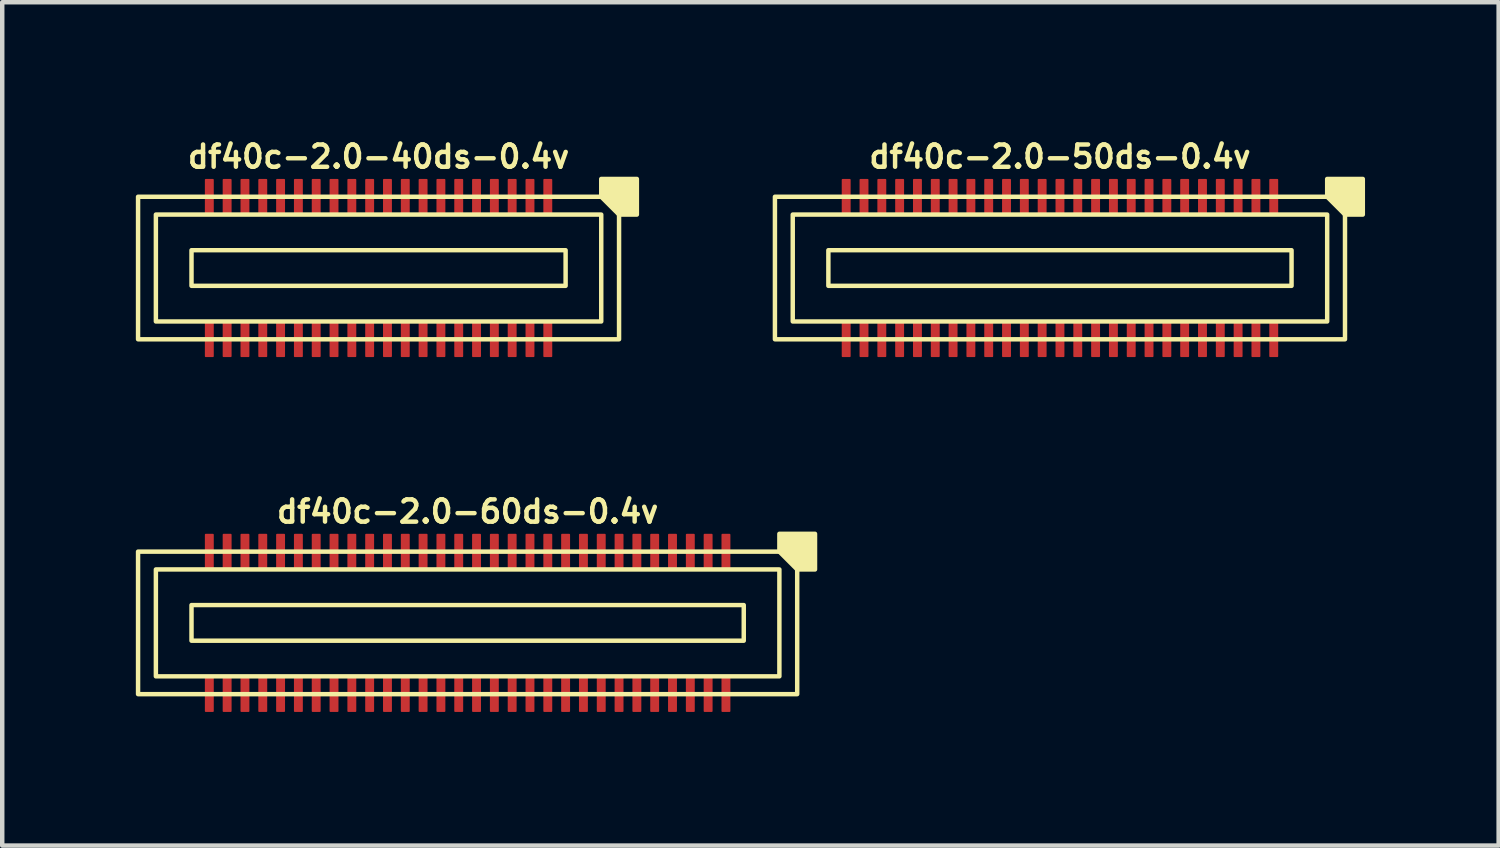
<source format=kicad_pcb>
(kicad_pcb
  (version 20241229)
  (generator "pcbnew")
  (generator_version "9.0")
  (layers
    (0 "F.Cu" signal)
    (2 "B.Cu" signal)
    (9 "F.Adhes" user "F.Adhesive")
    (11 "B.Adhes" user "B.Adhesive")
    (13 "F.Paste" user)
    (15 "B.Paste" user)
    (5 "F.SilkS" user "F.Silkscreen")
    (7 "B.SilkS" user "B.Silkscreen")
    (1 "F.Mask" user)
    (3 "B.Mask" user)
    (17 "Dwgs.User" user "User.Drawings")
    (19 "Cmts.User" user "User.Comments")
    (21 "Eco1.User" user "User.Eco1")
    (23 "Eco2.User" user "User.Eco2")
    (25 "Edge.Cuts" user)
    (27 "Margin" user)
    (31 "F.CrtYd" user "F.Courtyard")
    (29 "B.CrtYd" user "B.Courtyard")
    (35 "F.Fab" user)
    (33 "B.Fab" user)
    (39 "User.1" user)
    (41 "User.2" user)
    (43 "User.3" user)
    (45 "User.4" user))
  (footprint "df40c-2.0-40ds-0.4v"
    (layer "F.Cu")
    (at 5.45 2.968)
    (property "Reference" "df40c-2.0-40ds-0.4v" (at 0 -2.5 180) (layer "F.SilkS") (effects (font (size 0.5 0.5) (thickness 0.1))))
    (attr smd)
    (fp_rect (start -4.2 -0.4) (end 4.2 0.4) (stroke (width 0.1) (type default)) (fill no) (layer "F.SilkS"))
    (fp_rect (start 5 -1.2) (end -5 1.2) (stroke (width 0.1) (type default)) (fill no) (layer "F.SilkS"))
    (fp_rect (start 5.4 -1.6) (end -5.4 1.6) (stroke (width 0.1) (type default)) (fill no) (layer "F.SilkS"))
    (fp_poly (pts (xy 5 -1.6) (xy 5 -2) (xy 5.8 -2) (xy 5.8 -1.2) (xy 5.4 -1.2)) (stroke (width 0.1) (type solid)) (fill yes) (layer "F.SilkS"))
    (fp_poly (pts (xy -3.9 -1.2) (xy 3.9 -1.2) (xy 3.9 -0.7) (xy -3.9 -0.7)) (stroke (width 0.001) (type solid)) (fill no) (layer "Dwgs.User"))
    (fp_poly (pts (xy -3.9 0.7) (xy 3.9 0.7) (xy 3.9 1.2) (xy -3.9 1.2)) (stroke (width 0.001) (type solid)) (fill no) (layer "Dwgs.User"))
    (pad "1" smd roundrect (at 3.8 -1.6) (size 0.2 0.8) (layers "F.Cu" "F.Mask" "F.Paste") (roundrect_rratio 0.1))
    (pad "2" smd roundrect (at 3.8 1.6) (size 0.2 0.8) (layers "F.Cu" "F.Mask" "F.Paste") (roundrect_rratio 0.1))
    (pad "3" smd roundrect (at 3.4 -1.6) (size 0.2 0.8) (layers "F.Cu" "F.Mask" "F.Paste") (roundrect_rratio 0.1))
    (pad "4" smd roundrect (at 3.4 1.6) (size 0.2 0.8) (layers "F.Cu" "F.Mask" "F.Paste") (roundrect_rratio 0.1))
    (pad "5" smd roundrect (at 3 -1.6) (size 0.2 0.8) (layers "F.Cu" "F.Mask" "F.Paste") (roundrect_rratio 0.1))
    (pad "6" smd roundrect (at 3 1.6) (size 0.2 0.8) (layers "F.Cu" "F.Mask" "F.Paste") (roundrect_rratio 0.1))
    (pad "7" smd roundrect (at 2.6 -1.6) (size 0.2 0.8) (layers "F.Cu" "F.Mask" "F.Paste") (roundrect_rratio 0.1))
    (pad "8" smd roundrect (at 2.6 1.6) (size 0.2 0.8) (layers "F.Cu" "F.Mask" "F.Paste") (roundrect_rratio 0.1))
    (pad "9" smd roundrect (at 2.2 -1.6) (size 0.2 0.8) (layers "F.Cu" "F.Mask" "F.Paste") (roundrect_rratio 0.1))
    (pad "10" smd roundrect (at 2.2 1.6) (size 0.2 0.8) (layers "F.Cu" "F.Mask" "F.Paste") (roundrect_rratio 0.1))
    (pad "11" smd roundrect (at 1.8 -1.6) (size 0.2 0.8) (layers "F.Cu" "F.Mask" "F.Paste") (roundrect_rratio 0.1))
    (pad "12" smd roundrect (at 1.8 1.6) (size 0.2 0.8) (layers "F.Cu" "F.Mask" "F.Paste") (roundrect_rratio 0.1))
    (pad "13" smd roundrect (at 1.4 -1.6) (size 0.2 0.8) (layers "F.Cu" "F.Mask" "F.Paste") (roundrect_rratio 0.1))
    (pad "14" smd roundrect (at 1.4 1.6) (size 0.2 0.8) (layers "F.Cu" "F.Mask" "F.Paste") (roundrect_rratio 0.1))
    (pad "15" smd roundrect (at 1 -1.6) (size 0.2 0.8) (layers "F.Cu" "F.Mask" "F.Paste") (roundrect_rratio 0.1))
    (pad "16" smd roundrect (at 1 1.6) (size 0.2 0.8) (layers "F.Cu" "F.Mask" "F.Paste") (roundrect_rratio 0.1))
    (pad "17" smd roundrect (at 0.6 -1.6) (size 0.2 0.8) (layers "F.Cu" "F.Mask" "F.Paste") (roundrect_rratio 0.1))
    (pad "18" smd roundrect (at 0.6 1.6) (size 0.2 0.8) (layers "F.Cu" "F.Mask" "F.Paste") (roundrect_rratio 0.1))
    (pad "19" smd roundrect (at 0.2 -1.6) (size 0.2 0.8) (layers "F.Cu" "F.Mask" "F.Paste") (roundrect_rratio 0.1))
    (pad "20" smd roundrect (at 0.2 1.6) (size 0.2 0.8) (layers "F.Cu" "F.Mask" "F.Paste") (roundrect_rratio 0.1))
    (pad "21" smd roundrect (at -0.2 -1.6) (size 0.2 0.8) (layers "F.Cu" "F.Mask" "F.Paste") (roundrect_rratio 0.1))
    (pad "22" smd roundrect (at -0.2 1.6) (size 0.2 0.8) (layers "F.Cu" "F.Mask" "F.Paste") (roundrect_rratio 0.1))
    (pad "23" smd roundrect (at -0.6 -1.6) (size 0.2 0.8) (layers "F.Cu" "F.Mask" "F.Paste") (roundrect_rratio 0.1))
    (pad "24" smd roundrect (at -0.6 1.6) (size 0.2 0.8) (layers "F.Cu" "F.Mask" "F.Paste") (roundrect_rratio 0.1))
    (pad "25" smd roundrect (at -1 -1.6) (size 0.2 0.8) (layers "F.Cu" "F.Mask" "F.Paste") (roundrect_rratio 0.1))
    (pad "26" smd roundrect (at -1 1.6) (size 0.2 0.8) (layers "F.Cu" "F.Mask" "F.Paste") (roundrect_rratio 0.1))
    (pad "27" smd roundrect (at -1.4 -1.6) (size 0.2 0.8) (layers "F.Cu" "F.Mask" "F.Paste") (roundrect_rratio 0.1))
    (pad "28" smd roundrect (at -1.4 1.6) (size 0.2 0.8) (layers "F.Cu" "F.Mask" "F.Paste") (roundrect_rratio 0.1))
    (pad "29" smd roundrect (at -1.8 -1.6) (size 0.2 0.8) (layers "F.Cu" "F.Mask" "F.Paste") (roundrect_rratio 0.1))
    (pad "30" smd roundrect (at -1.8 1.6) (size 0.2 0.8) (layers "F.Cu" "F.Mask" "F.Paste") (roundrect_rratio 0.1))
    (pad "31" smd roundrect (at -2.2 -1.6) (size 0.2 0.8) (layers "F.Cu" "F.Mask" "F.Paste") (roundrect_rratio 0.1))
    (pad "32" smd roundrect (at -2.2 1.6) (size 0.2 0.8) (layers "F.Cu" "F.Mask" "F.Paste") (roundrect_rratio 0.1))
    (pad "33" smd roundrect (at -2.6 -1.6) (size 0.2 0.8) (layers "F.Cu" "F.Mask" "F.Paste") (roundrect_rratio 0.1))
    (pad "34" smd roundrect (at -2.6 1.6) (size 0.2 0.8) (layers "F.Cu" "F.Mask" "F.Paste") (roundrect_rratio 0.1))
    (pad "35" smd roundrect (at -3 -1.6) (size 0.2 0.8) (layers "F.Cu" "F.Mask" "F.Paste") (roundrect_rratio 0.1))
    (pad "36" smd roundrect (at -3 1.6) (size 0.2 0.8) (layers "F.Cu" "F.Mask" "F.Paste") (roundrect_rratio 0.1))
    (pad "37" smd roundrect (at -3.4 -1.6) (size 0.2 0.8) (layers "F.Cu" "F.Mask" "F.Paste") (roundrect_rratio 0.1))
    (pad "38" smd roundrect (at -3.4 1.6) (size 0.2 0.8) (layers "F.Cu" "F.Mask" "F.Paste") (roundrect_rratio 0.1))
    (pad "39" smd roundrect (at -3.8 -1.6) (size 0.2 0.8) (layers "F.Cu" "F.Mask" "F.Paste") (roundrect_rratio 0.1))
    (pad "40" smd roundrect (at -3.8 1.6) (size 0.2 0.8) (layers "F.Cu" "F.Mask" "F.Paste") (roundrect_rratio 0.1)))
  (footprint "df40c-2.0-60ds-0.4v"
    (layer "F.Cu")
    (at 7.45 10.936)
    (property "Reference" "df40c-2.0-60ds-0.4v" (at 0 -2.5 180) (layer "F.SilkS") (effects (font (size 0.5 0.5) (thickness 0.1))))
    (attr smd)
    (fp_rect (start -6.2 -0.4) (end 6.2 0.4) (stroke (width 0.1) (type default)) (fill no) (layer "F.SilkS"))
    (fp_rect (start 7 -1.2) (end -7 1.2) (stroke (width 0.1) (type default)) (fill no) (layer "F.SilkS"))
    (fp_rect (start 7.4 -1.6) (end -7.4 1.6) (stroke (width 0.1) (type default)) (fill no) (layer "F.SilkS"))
    (fp_poly (pts (xy 7 -1.6) (xy 7 -2) (xy 7.8 -2) (xy 7.8 -1.2) (xy 7.4 -1.2)) (stroke (width 0.1) (type solid)) (fill yes) (layer "F.SilkS"))
    (fp_poly (pts (xy -5.9 -1.2) (xy 5.9 -1.2) (xy 5.9 -0.7) (xy -5.9 -0.7)) (stroke (width 0.001) (type solid)) (fill no) (layer "Dwgs.User"))
    (fp_poly (pts (xy -5.9 0.7) (xy 5.9 0.7) (xy 5.9 1.2) (xy -5.9 1.2)) (stroke (width 0.001) (type solid)) (fill no) (layer "Dwgs.User"))
    (pad "1" smd roundrect (at 5.8 -1.6) (size 0.2 0.8) (layers "F.Cu" "F.Mask" "F.Paste") (roundrect_rratio 0.1))
    (pad "2" smd roundrect (at 5.8 1.6) (size 0.2 0.8) (layers "F.Cu" "F.Mask" "F.Paste") (roundrect_rratio 0.1))
    (pad "3" smd roundrect (at 5.4 -1.6) (size 0.2 0.8) (layers "F.Cu" "F.Mask" "F.Paste") (roundrect_rratio 0.1))
    (pad "4" smd roundrect (at 5.4 1.6) (size 0.2 0.8) (layers "F.Cu" "F.Mask" "F.Paste") (roundrect_rratio 0.1))
    (pad "5" smd roundrect (at 5 -1.6) (size 0.2 0.8) (layers "F.Cu" "F.Mask" "F.Paste") (roundrect_rratio 0.1))
    (pad "6" smd roundrect (at 5 1.6) (size 0.2 0.8) (layers "F.Cu" "F.Mask" "F.Paste") (roundrect_rratio 0.1))
    (pad "7" smd roundrect (at 4.6 -1.6) (size 0.2 0.8) (layers "F.Cu" "F.Mask" "F.Paste") (roundrect_rratio 0.1))
    (pad "8" smd roundrect (at 4.6 1.6) (size 0.2 0.8) (layers "F.Cu" "F.Mask" "F.Paste") (roundrect_rratio 0.1))
    (pad "9" smd roundrect (at 4.2 -1.6) (size 0.2 0.8) (layers "F.Cu" "F.Mask" "F.Paste") (roundrect_rratio 0.1))
    (pad "10" smd roundrect (at 4.2 1.6) (size 0.2 0.8) (layers "F.Cu" "F.Mask" "F.Paste") (roundrect_rratio 0.1))
    (pad "11" smd roundrect (at 3.8 -1.6) (size 0.2 0.8) (layers "F.Cu" "F.Mask" "F.Paste") (roundrect_rratio 0.1))
    (pad "12" smd roundrect (at 3.8 1.6) (size 0.2 0.8) (layers "F.Cu" "F.Mask" "F.Paste") (roundrect_rratio 0.1))
    (pad "13" smd roundrect (at 3.4 -1.6) (size 0.2 0.8) (layers "F.Cu" "F.Mask" "F.Paste") (roundrect_rratio 0.1))
    (pad "14" smd roundrect (at 3.4 1.6) (size 0.2 0.8) (layers "F.Cu" "F.Mask" "F.Paste") (roundrect_rratio 0.1))
    (pad "15" smd roundrect (at 3 -1.6) (size 0.2 0.8) (layers "F.Cu" "F.Mask" "F.Paste") (roundrect_rratio 0.1))
    (pad "16" smd roundrect (at 3 1.6) (size 0.2 0.8) (layers "F.Cu" "F.Mask" "F.Paste") (roundrect_rratio 0.1))
    (pad "17" smd roundrect (at 2.6 -1.6) (size 0.2 0.8) (layers "F.Cu" "F.Mask" "F.Paste") (roundrect_rratio 0.1))
    (pad "18" smd roundrect (at 2.6 1.6) (size 0.2 0.8) (layers "F.Cu" "F.Mask" "F.Paste") (roundrect_rratio 0.1))
    (pad "19" smd roundrect (at 2.2 -1.6) (size 0.2 0.8) (layers "F.Cu" "F.Mask" "F.Paste") (roundrect_rratio 0.1))
    (pad "20" smd roundrect (at 2.2 1.6) (size 0.2 0.8) (layers "F.Cu" "F.Mask" "F.Paste") (roundrect_rratio 0.1))
    (pad "21" smd roundrect (at 1.8 -1.6) (size 0.2 0.8) (layers "F.Cu" "F.Mask" "F.Paste") (roundrect_rratio 0.1))
    (pad "22" smd roundrect (at 1.8 1.6) (size 0.2 0.8) (layers "F.Cu" "F.Mask" "F.Paste") (roundrect_rratio 0.1))
    (pad "23" smd roundrect (at 1.4 -1.6) (size 0.2 0.8) (layers "F.Cu" "F.Mask" "F.Paste") (roundrect_rratio 0.1))
    (pad "24" smd roundrect (at 1.4 1.6) (size 0.2 0.8) (layers "F.Cu" "F.Mask" "F.Paste") (roundrect_rratio 0.1))
    (pad "25" smd roundrect (at 1 -1.6) (size 0.2 0.8) (layers "F.Cu" "F.Mask" "F.Paste") (roundrect_rratio 0.1))
    (pad "26" smd roundrect (at 1 1.6) (size 0.2 0.8) (layers "F.Cu" "F.Mask" "F.Paste") (roundrect_rratio 0.1))
    (pad "27" smd roundrect (at 0.6 -1.6) (size 0.2 0.8) (layers "F.Cu" "F.Mask" "F.Paste") (roundrect_rratio 0.1))
    (pad "28" smd roundrect (at 0.6 1.6) (size 0.2 0.8) (layers "F.Cu" "F.Mask" "F.Paste") (roundrect_rratio 0.1))
    (pad "29" smd roundrect (at 0.2 -1.6) (size 0.2 0.8) (layers "F.Cu" "F.Mask" "F.Paste") (roundrect_rratio 0.1))
    (pad "30" smd roundrect (at 0.2 1.6) (size 0.2 0.8) (layers "F.Cu" "F.Mask" "F.Paste") (roundrect_rratio 0.1))
    (pad "31" smd roundrect (at -0.2 -1.6) (size 0.2 0.8) (layers "F.Cu" "F.Mask" "F.Paste") (roundrect_rratio 0.1))
    (pad "32" smd roundrect (at -0.2 1.6) (size 0.2 0.8) (layers "F.Cu" "F.Mask" "F.Paste") (roundrect_rratio 0.1))
    (pad "33" smd roundrect (at -0.6 -1.6) (size 0.2 0.8) (layers "F.Cu" "F.Mask" "F.Paste") (roundrect_rratio 0.1))
    (pad "34" smd roundrect (at -0.6 1.6) (size 0.2 0.8) (layers "F.Cu" "F.Mask" "F.Paste") (roundrect_rratio 0.1))
    (pad "35" smd roundrect (at -1 -1.6) (size 0.2 0.8) (layers "F.Cu" "F.Mask" "F.Paste") (roundrect_rratio 0.1))
    (pad "36" smd roundrect (at -1 1.6) (size 0.2 0.8) (layers "F.Cu" "F.Mask" "F.Paste") (roundrect_rratio 0.1))
    (pad "37" smd roundrect (at -1.4 -1.6) (size 0.2 0.8) (layers "F.Cu" "F.Mask" "F.Paste") (roundrect_rratio 0.1))
    (pad "38" smd roundrect (at -1.4 1.6) (size 0.2 0.8) (layers "F.Cu" "F.Mask" "F.Paste") (roundrect_rratio 0.1))
    (pad "39" smd roundrect (at -1.8 -1.6) (size 0.2 0.8) (layers "F.Cu" "F.Mask" "F.Paste") (roundrect_rratio 0.1))
    (pad "40" smd roundrect (at -1.8 1.6) (size 0.2 0.8) (layers "F.Cu" "F.Mask" "F.Paste") (roundrect_rratio 0.1))
    (pad "41" smd roundrect (at -2.2 -1.6) (size 0.2 0.8) (layers "F.Cu" "F.Mask" "F.Paste") (roundrect_rratio 0.1))
    (pad "42" smd roundrect (at -2.2 1.6) (size 0.2 0.8) (layers "F.Cu" "F.Mask" "F.Paste") (roundrect_rratio 0.1))
    (pad "43" smd roundrect (at -2.6 -1.6) (size 0.2 0.8) (layers "F.Cu" "F.Mask" "F.Paste") (roundrect_rratio 0.1))
    (pad "44" smd roundrect (at -2.6 1.6) (size 0.2 0.8) (layers "F.Cu" "F.Mask" "F.Paste") (roundrect_rratio 0.1))
    (pad "45" smd roundrect (at -3 -1.6) (size 0.2 0.8) (layers "F.Cu" "F.Mask" "F.Paste") (roundrect_rratio 0.1))
    (pad "46" smd roundrect (at -3 1.6) (size 0.2 0.8) (layers "F.Cu" "F.Mask" "F.Paste") (roundrect_rratio 0.1))
    (pad "47" smd roundrect (at -3.4 -1.6) (size 0.2 0.8) (layers "F.Cu" "F.Mask" "F.Paste") (roundrect_rratio 0.1))
    (pad "48" smd roundrect (at -3.4 1.6) (size 0.2 0.8) (layers "F.Cu" "F.Mask" "F.Paste") (roundrect_rratio 0.1))
    (pad "49" smd roundrect (at -3.8 -1.6) (size 0.2 0.8) (layers "F.Cu" "F.Mask" "F.Paste") (roundrect_rratio 0.1))
    (pad "50" smd roundrect (at -3.8 1.6) (size 0.2 0.8) (layers "F.Cu" "F.Mask" "F.Paste") (roundrect_rratio 0.1))
    (pad "51" smd roundrect (at -4.2 -1.6) (size 0.2 0.8) (layers "F.Cu" "F.Mask" "F.Paste") (roundrect_rratio 0.1))
    (pad "52" smd roundrect (at -4.2 1.6) (size 0.2 0.8) (layers "F.Cu" "F.Mask" "F.Paste") (roundrect_rratio 0.1))
    (pad "53" smd roundrect (at -4.6 -1.6) (size 0.2 0.8) (layers "F.Cu" "F.Mask" "F.Paste") (roundrect_rratio 0.1))
    (pad "54" smd roundrect (at -4.6 1.6) (size 0.2 0.8) (layers "F.Cu" "F.Mask" "F.Paste") (roundrect_rratio 0.1))
    (pad "55" smd roundrect (at -5 -1.6) (size 0.2 0.8) (layers "F.Cu" "F.Mask" "F.Paste") (roundrect_rratio 0.1))
    (pad "56" smd roundrect (at -5 1.6) (size 0.2 0.8) (layers "F.Cu" "F.Mask" "F.Paste") (roundrect_rratio 0.1))
    (pad "57" smd roundrect (at -5.4 -1.6) (size 0.2 0.8) (layers "F.Cu" "F.Mask" "F.Paste") (roundrect_rratio 0.1))
    (pad "58" smd roundrect (at -5.4 1.6) (size 0.2 0.8) (layers "F.Cu" "F.Mask" "F.Paste") (roundrect_rratio 0.1))
    (pad "59" smd roundrect (at -5.8 -1.6) (size 0.2 0.8) (layers "F.Cu" "F.Mask" "F.Paste") (roundrect_rratio 0.1))
    (pad "60" smd roundrect (at -5.8 1.6) (size 0.2 0.8) (layers "F.Cu" "F.Mask" "F.Paste") (roundrect_rratio 0.1)))
  (footprint "df40c-2.0-50ds-0.4v"
    (layer "F.Cu")
    (at 20.75 2.968)
    (property "Reference" "df40c-2.0-50ds-0.4v" (at 0 -2.5 180) (layer "F.SilkS") (effects (font (size 0.5 0.5) (thickness 0.1))))
    (attr smd)
    (fp_rect (start -5.2 -0.4) (end 5.2 0.4) (stroke (width 0.1) (type default)) (fill no) (layer "F.SilkS"))
    (fp_rect (start 6 -1.2) (end -6 1.2) (stroke (width 0.1) (type default)) (fill no) (layer "F.SilkS"))
    (fp_rect (start 6.4 -1.6) (end -6.4 1.6) (stroke (width 0.1) (type default)) (fill no) (layer "F.SilkS"))
    (fp_poly (pts (xy 6 -1.6) (xy 6 -2) (xy 6.8 -2) (xy 6.8 -1.2) (xy 6.4 -1.2)) (stroke (width 0.1) (type solid)) (fill yes) (layer "F.SilkS"))
    (fp_poly (pts (xy -4.9 -1.2) (xy 4.9 -1.2) (xy 4.9 -0.7) (xy -4.9 -0.7)) (stroke (width 0.001) (type solid)) (fill no) (layer "Dwgs.User"))
    (fp_poly (pts (xy -4.9 0.7) (xy 4.9 0.7) (xy 4.9 1.2) (xy -4.9 1.2)) (stroke (width 0.001) (type solid)) (fill no) (layer "Dwgs.User"))
    (pad "1" smd roundrect (at 4.8 -1.6) (size 0.2 0.8) (layers "F.Cu" "F.Mask" "F.Paste") (roundrect_rratio 0.1))
    (pad "2" smd roundrect (at 4.8 1.6) (size 0.2 0.8) (layers "F.Cu" "F.Mask" "F.Paste") (roundrect_rratio 0.1))
    (pad "3" smd roundrect (at 4.4 -1.6) (size 0.2 0.8) (layers "F.Cu" "F.Mask" "F.Paste") (roundrect_rratio 0.1))
    (pad "4" smd roundrect (at 4.4 1.6) (size 0.2 0.8) (layers "F.Cu" "F.Mask" "F.Paste") (roundrect_rratio 0.1))
    (pad "5" smd roundrect (at 4 -1.6) (size 0.2 0.8) (layers "F.Cu" "F.Mask" "F.Paste") (roundrect_rratio 0.1))
    (pad "6" smd roundrect (at 4 1.6) (size 0.2 0.8) (layers "F.Cu" "F.Mask" "F.Paste") (roundrect_rratio 0.1))
    (pad "7" smd roundrect (at 3.6 -1.6) (size 0.2 0.8) (layers "F.Cu" "F.Mask" "F.Paste") (roundrect_rratio 0.1))
    (pad "8" smd roundrect (at 3.6 1.6) (size 0.2 0.8) (layers "F.Cu" "F.Mask" "F.Paste") (roundrect_rratio 0.1))
    (pad "9" smd roundrect (at 3.2 -1.6) (size 0.2 0.8) (layers "F.Cu" "F.Mask" "F.Paste") (roundrect_rratio 0.1))
    (pad "10" smd roundrect (at 3.2 1.6) (size 0.2 0.8) (layers "F.Cu" "F.Mask" "F.Paste") (roundrect_rratio 0.1))
    (pad "11" smd roundrect (at 2.8 -1.6) (size 0.2 0.8) (layers "F.Cu" "F.Mask" "F.Paste") (roundrect_rratio 0.1))
    (pad "12" smd roundrect (at 2.8 1.6) (size 0.2 0.8) (layers "F.Cu" "F.Mask" "F.Paste") (roundrect_rratio 0.1))
    (pad "13" smd roundrect (at 2.4 -1.6) (size 0.2 0.8) (layers "F.Cu" "F.Mask" "F.Paste") (roundrect_rratio 0.1))
    (pad "14" smd roundrect (at 2.4 1.6) (size 0.2 0.8) (layers "F.Cu" "F.Mask" "F.Paste") (roundrect_rratio 0.1))
    (pad "15" smd roundrect (at 2 -1.6) (size 0.2 0.8) (layers "F.Cu" "F.Mask" "F.Paste") (roundrect_rratio 0.1))
    (pad "16" smd roundrect (at 2 1.6) (size 0.2 0.8) (layers "F.Cu" "F.Mask" "F.Paste") (roundrect_rratio 0.1))
    (pad "17" smd roundrect (at 1.6 -1.6) (size 0.2 0.8) (layers "F.Cu" "F.Mask" "F.Paste") (roundrect_rratio 0.1))
    (pad "18" smd roundrect (at 1.6 1.6) (size 0.2 0.8) (layers "F.Cu" "F.Mask" "F.Paste") (roundrect_rratio 0.1))
    (pad "19" smd roundrect (at 1.2 -1.6) (size 0.2 0.8) (layers "F.Cu" "F.Mask" "F.Paste") (roundrect_rratio 0.1))
    (pad "20" smd roundrect (at 1.2 1.6) (size 0.2 0.8) (layers "F.Cu" "F.Mask" "F.Paste") (roundrect_rratio 0.1))
    (pad "21" smd roundrect (at 0.8 -1.6) (size 0.2 0.8) (layers "F.Cu" "F.Mask" "F.Paste") (roundrect_rratio 0.1))
    (pad "22" smd roundrect (at 0.8 1.6) (size 0.2 0.8) (layers "F.Cu" "F.Mask" "F.Paste") (roundrect_rratio 0.1))
    (pad "23" smd roundrect (at 0.4 -1.6) (size 0.2 0.8) (layers "F.Cu" "F.Mask" "F.Paste") (roundrect_rratio 0.1))
    (pad "24" smd roundrect (at 0.4 1.6) (size 0.2 0.8) (layers "F.Cu" "F.Mask" "F.Paste") (roundrect_rratio 0.1))
    (pad "25" smd roundrect (at 0 -1.6) (size 0.2 0.8) (layers "F.Cu" "F.Mask" "F.Paste") (roundrect_rratio 0.1))
    (pad "26" smd roundrect (at 0 1.6) (size 0.2 0.8) (layers "F.Cu" "F.Mask" "F.Paste") (roundrect_rratio 0.1))
    (pad "27" smd roundrect (at -0.4 -1.6) (size 0.2 0.8) (layers "F.Cu" "F.Mask" "F.Paste") (roundrect_rratio 0.1))
    (pad "28" smd roundrect (at -0.4 1.6) (size 0.2 0.8) (layers "F.Cu" "F.Mask" "F.Paste") (roundrect_rratio 0.1))
    (pad "29" smd roundrect (at -0.8 -1.6) (size 0.2 0.8) (layers "F.Cu" "F.Mask" "F.Paste") (roundrect_rratio 0.1))
    (pad "30" smd roundrect (at -0.8 1.6) (size 0.2 0.8) (layers "F.Cu" "F.Mask" "F.Paste") (roundrect_rratio 0.1))
    (pad "31" smd roundrect (at -1.2 -1.6) (size 0.2 0.8) (layers "F.Cu" "F.Mask" "F.Paste") (roundrect_rratio 0.1))
    (pad "32" smd roundrect (at -1.2 1.6) (size 0.2 0.8) (layers "F.Cu" "F.Mask" "F.Paste") (roundrect_rratio 0.1))
    (pad "33" smd roundrect (at -1.6 -1.6) (size 0.2 0.8) (layers "F.Cu" "F.Mask" "F.Paste") (roundrect_rratio 0.1))
    (pad "34" smd roundrect (at -1.6 1.6) (size 0.2 0.8) (layers "F.Cu" "F.Mask" "F.Paste") (roundrect_rratio 0.1))
    (pad "35" smd roundrect (at -2 -1.6) (size 0.2 0.8) (layers "F.Cu" "F.Mask" "F.Paste") (roundrect_rratio 0.1))
    (pad "36" smd roundrect (at -2 1.6) (size 0.2 0.8) (layers "F.Cu" "F.Mask" "F.Paste") (roundrect_rratio 0.1))
    (pad "37" smd roundrect (at -2.4 -1.6) (size 0.2 0.8) (layers "F.Cu" "F.Mask" "F.Paste") (roundrect_rratio 0.1))
    (pad "38" smd roundrect (at -2.4 1.6) (size 0.2 0.8) (layers "F.Cu" "F.Mask" "F.Paste") (roundrect_rratio 0.1))
    (pad "39" smd roundrect (at -2.8 -1.6) (size 0.2 0.8) (layers "F.Cu" "F.Mask" "F.Paste") (roundrect_rratio 0.1))
    (pad "40" smd roundrect (at -2.8 1.6) (size 0.2 0.8) (layers "F.Cu" "F.Mask" "F.Paste") (roundrect_rratio 0.1))
    (pad "41" smd roundrect (at -3.2 -1.6) (size 0.2 0.8) (layers "F.Cu" "F.Mask" "F.Paste") (roundrect_rratio 0.1))
    (pad "42" smd roundrect (at -3.2 1.6) (size 0.2 0.8) (layers "F.Cu" "F.Mask" "F.Paste") (roundrect_rratio 0.1))
    (pad "43" smd roundrect (at -3.6 -1.6) (size 0.2 0.8) (layers "F.Cu" "F.Mask" "F.Paste") (roundrect_rratio 0.1))
    (pad "44" smd roundrect (at -3.6 1.6) (size 0.2 0.8) (layers "F.Cu" "F.Mask" "F.Paste") (roundrect_rratio 0.1))
    (pad "45" smd roundrect (at -4 -1.6) (size 0.2 0.8) (layers "F.Cu" "F.Mask" "F.Paste") (roundrect_rratio 0.1))
    (pad "46" smd roundrect (at -4 1.6) (size 0.2 0.8) (layers "F.Cu" "F.Mask" "F.Paste") (roundrect_rratio 0.1))
    (pad "47" smd roundrect (at -4.4 -1.6) (size 0.2 0.8) (layers "F.Cu" "F.Mask" "F.Paste") (roundrect_rratio 0.1))
    (pad "48" smd roundrect (at -4.4 1.6) (size 0.2 0.8) (layers "F.Cu" "F.Mask" "F.Paste") (roundrect_rratio 0.1))
    (pad "49" smd roundrect (at -4.8 -1.6) (size 0.2 0.8) (layers "F.Cu" "F.Mask" "F.Paste") (roundrect_rratio 0.1))
    (pad "50" smd roundrect (at -4.8 1.6) (size 0.2 0.8) (layers "F.Cu" "F.Mask" "F.Paste") (roundrect_rratio 0.1)))
  (gr_rect
    (start -3 -3)
    (end 30.6 15.936)
    (stroke (width 0.1) (type default))
    (fill no)
    (layer "Edge.Cuts")))
</source>
